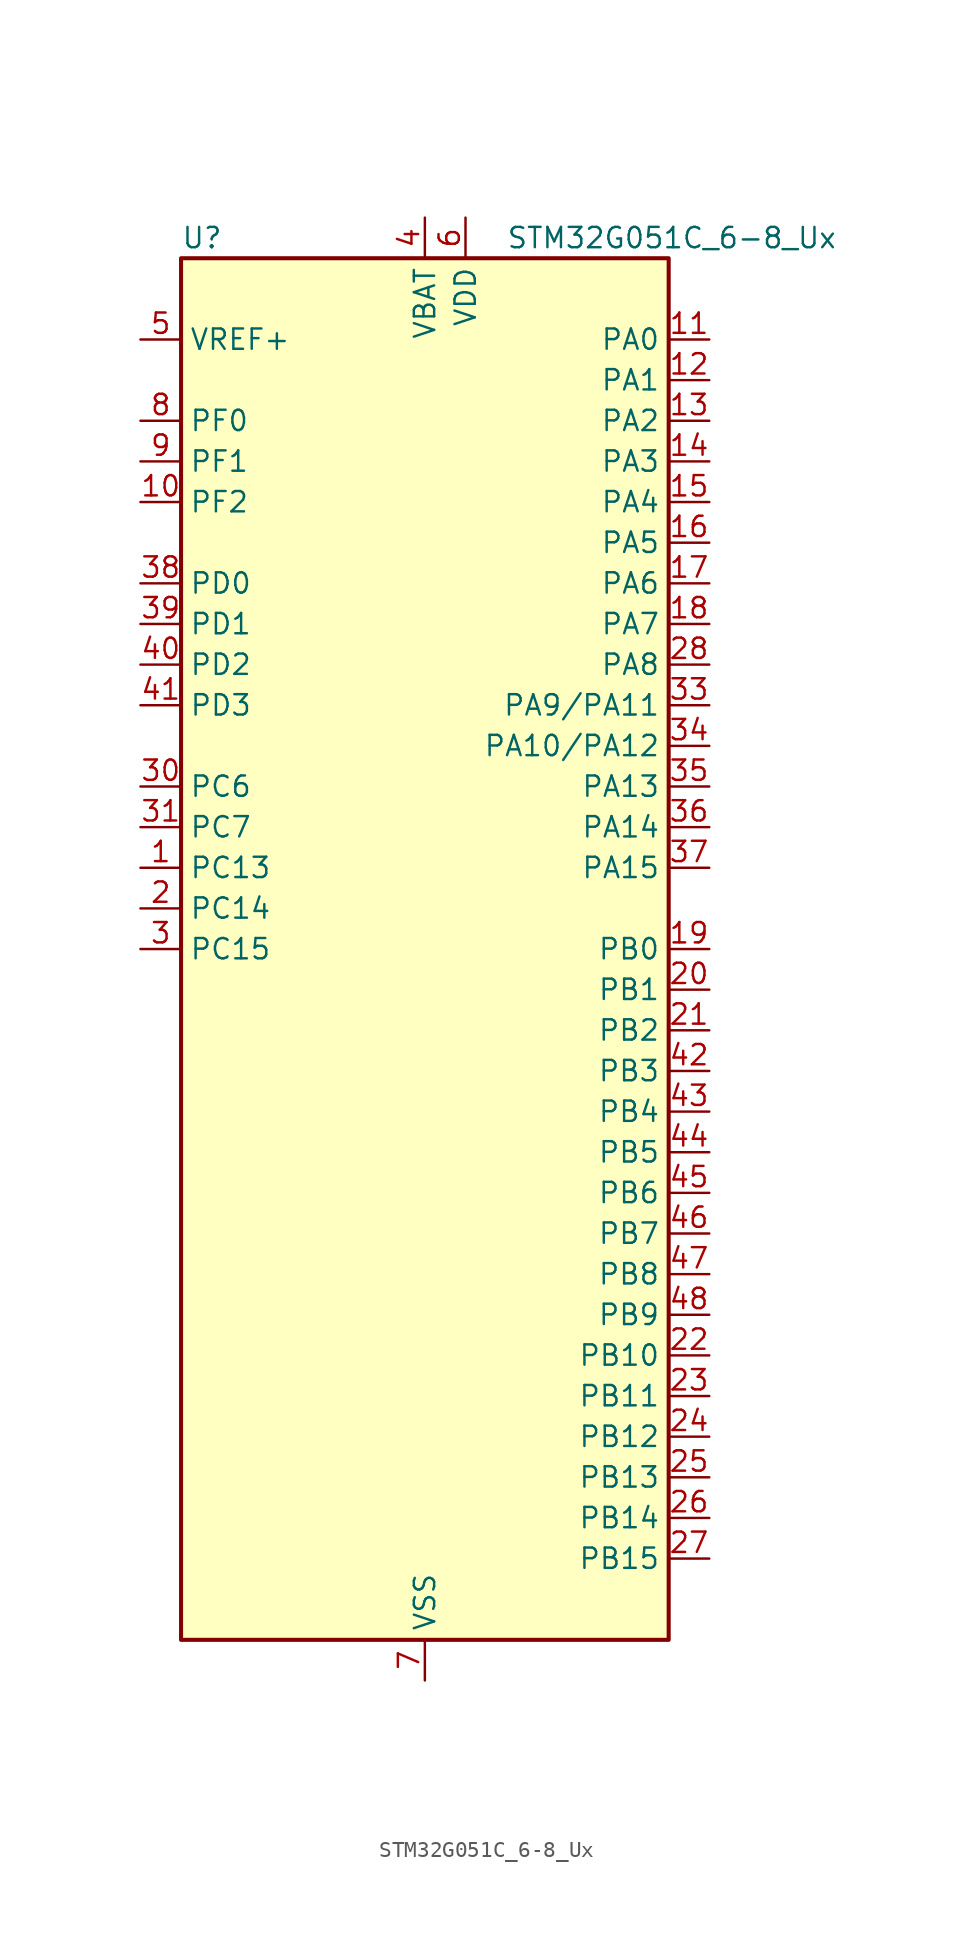
<source format=kicad_sym>
(kicad_symbol_lib
  (version 20241209)
  (generator "kicad_symbol_editor")
  (generator_version "9.0")
  (symbol "STM32G051C_6-8_Ux"
    (property "Reference" "U"
      (at -15.24 44.45 0)
      (effects (font (size 1.27 1.27)) (justify left)))
    (property "Value" "STM32G051C_6-8_Ux"
      (at 5.08 44.45 0)
      (effects (font (size 1.27 1.27)) (justify left)))
    (symbol "STM32G051C_6-8_Ux_0_1"
      (rectangle (start -15.24 -43.18) (end 15.24 43.18) (stroke (width 0.254) (type default)) (fill (type background))))
    (symbol "STM32G051C_6-8_Ux_1_1"
      (pin input line (at -17.78 38.1 0) (length 2.54) (name "VREF+" (effects (font (size 1.27 1.27)))) (number "5" (effects (font (size 1.27 1.27)))) (alternate "VREFBUF_OUT" bidirectional line))
      (pin bidirectional line (at -17.78 33.02 0) (length 2.54) (name "PF0" (effects (font (size 1.27 1.27)))) (number "8" (effects (font (size 1.27 1.27)))) (alternate "RCC_OSC_IN" bidirectional line) (alternate "TIM14_CH1" bidirectional line))
      (pin bidirectional line (at -17.78 30.48 0) (length 2.54) (name "PF1" (effects (font (size 1.27 1.27)))) (number "9" (effects (font (size 1.27 1.27)))) (alternate "RCC_OSC_EN" bidirectional line) (alternate "RCC_OSC_OUT" bidirectional line) (alternate "TIM15_CH1N" bidirectional line))
      (pin bidirectional line (at -17.78 27.94 0) (length 2.54) (name "PF2" (effects (font (size 1.27 1.27)))) (number "10" (effects (font (size 1.27 1.27)))) (alternate "RCC_MCO" bidirectional line))
      (pin bidirectional line (at -17.78 22.86 0) (length 2.54) (name "PD0" (effects (font (size 1.27 1.27)))) (number "38" (effects (font (size 1.27 1.27)))) (alternate "SPI2_NSS" bidirectional line) (alternate "TIM16_CH1" bidirectional line))
      (pin bidirectional line (at -17.78 20.32 0) (length 2.54) (name "PD1" (effects (font (size 1.27 1.27)))) (number "39" (effects (font (size 1.27 1.27)))) (alternate "SPI2_SCK" bidirectional line) (alternate "TIM17_CH1" bidirectional line))
      (pin bidirectional line (at -17.78 17.78 0) (length 2.54) (name "PD2" (effects (font (size 1.27 1.27)))) (number "40" (effects (font (size 1.27 1.27)))) (alternate "TIM1_CH1N" bidirectional line) (alternate "TIM3_ETR" bidirectional line))
      (pin bidirectional line (at -17.78 15.24 0) (length 2.54) (name "PD3" (effects (font (size 1.27 1.27)))) (number "41" (effects (font (size 1.27 1.27)))) (alternate "SPI2_MISO" bidirectional line) (alternate "TIM1_CH2N" bidirectional line) (alternate "USART2_CTS" bidirectional line) (alternate "USART2_NSS" bidirectional line))
      (pin bidirectional line (at -17.78 10.16 0) (length 2.54) (name "PC6" (effects (font (size 1.27 1.27)))) (number "30" (effects (font (size 1.27 1.27)))) (alternate "TIM2_CH3" bidirectional line) (alternate "TIM3_CH1" bidirectional line))
      (pin bidirectional line (at -17.78 7.62 0) (length 2.54) (name "PC7" (effects (font (size 1.27 1.27)))) (number "31" (effects (font (size 1.27 1.27)))) (alternate "TIM2_CH4" bidirectional line) (alternate "TIM3_CH2" bidirectional line))
      (pin bidirectional line (at -17.78 5.08 0) (length 2.54) (name "PC13" (effects (font (size 1.27 1.27)))) (number "1" (effects (font (size 1.27 1.27)))) (alternate "RTC_OUT1" bidirectional line) (alternate "RTC_TAMP_IN1" bidirectional line) (alternate "RTC_TS" bidirectional line) (alternate "SYS_WKUP2" bidirectional line) (alternate "TIM1_BK" bidirectional line))
      (pin bidirectional line (at -17.78 2.54 0) (length 2.54) (name "PC14" (effects (font (size 1.27 1.27)))) (number "2" (effects (font (size 1.27 1.27)))) (alternate "RCC_OSC32_IN" bidirectional line) (alternate "TIM1_BK2" bidirectional line))
      (pin bidirectional line (at -17.78 0 0) (length 2.54) (name "PC15" (effects (font (size 1.27 1.27)))) (number "3" (effects (font (size 1.27 1.27)))) (alternate "RCC_OSC32_EN" bidirectional line) (alternate "RCC_OSC32_OUT" bidirectional line) (alternate "RCC_OSC_EN" bidirectional line) (alternate "TIM15_BK" bidirectional line))
      (pin no_connect line (at -15.24 -40.64 0) (length 2.54) (hide yes) (name "NC/PA10" (effects (font (size 1.27 1.27)))) (number "32" (effects (font (size 1.27 1.27)))) (alternate "I2C1_SDA (PA10)" bidirectional line) (alternate "NC" bidirectional line) (alternate "PA10" bidirectional line) (alternate "SPI2_MOSI (PA10)" bidirectional line) (alternate "TIM17_BK (PA10)" bidirectional line) (alternate "TIM1_CH3 (PA10)" bidirectional line) (alternate "USART1_RX (PA10)" bidirectional line))
      (pin no_connect line (at -15.24 -43.18 0) (length 2.54) (hide yes) (name "NC/PA9" (effects (font (size 1.27 1.27)))) (number "29" (effects (font (size 1.27 1.27)))) (alternate "DAC1_EXTI9 (PA9)" bidirectional line) (alternate "I2C1_SCL (PA9)" bidirectional line) (alternate "NC" bidirectional line) (alternate "PA9" bidirectional line) (alternate "RCC_MCO (PA9)" bidirectional line) (alternate "SPI2_MISO (PA9)" bidirectional line) (alternate "TIM15_BK (PA9)" bidirectional line) (alternate "TIM1_CH2 (PA9)" bidirectional line) (alternate "USART1_TX (PA9)" bidirectional line))
      (pin power_in line (at 0 45.72 270) (length 2.54) (name "VBAT" (effects (font (size 1.27 1.27)))) (number "4" (effects (font (size 1.27 1.27)))))
      (pin passive line (at 0 -45.72 90) (length 2.54) (hide yes) (name "VSS" (effects (font (size 1.27 1.27)))) (number "49" (effects (font (size 1.27 1.27)))))
      (pin power_in line (at 0 -45.72 90) (length 2.54) (name "VSS" (effects (font (size 1.27 1.27)))) (number "7" (effects (font (size 1.27 1.27)))))
      (pin power_in line (at 2.54 45.72 270) (length 2.54) (name "VDD" (effects (font (size 1.27 1.27)))) (number "6" (effects (font (size 1.27 1.27)))))
      (pin bidirectional line (at 17.78 38.1 180) (length 2.54) (name "PA0" (effects (font (size 1.27 1.27)))) (number "11" (effects (font (size 1.27 1.27)))) (alternate "ADC1_IN0" bidirectional line) (alternate "COMP1_INM" bidirectional line) (alternate "COMP1_OUT" bidirectional line) (alternate "LPTIM1_OUT" bidirectional line) (alternate "RTC_TAMP_IN2" bidirectional line) (alternate "SPI2_SCK" bidirectional line) (alternate "SYS_WKUP1" bidirectional line) (alternate "TIM2_CH1" bidirectional line) (alternate "TIM2_ETR" bidirectional line) (alternate "USART2_CTS" bidirectional line) (alternate "USART2_NSS" bidirectional line))
      (pin bidirectional line (at 17.78 35.56 180) (length 2.54) (name "PA1" (effects (font (size 1.27 1.27)))) (number "12" (effects (font (size 1.27 1.27)))) (alternate "ADC1_IN1" bidirectional line) (alternate "COMP1_INP" bidirectional line) (alternate "I2C1_SMBA" bidirectional line) (alternate "I2S1_CK" bidirectional line) (alternate "SPI1_SCK" bidirectional line) (alternate "TIM15_CH1N" bidirectional line) (alternate "TIM2_CH2" bidirectional line) (alternate "USART2_CK" bidirectional line) (alternate "USART2_DE" bidirectional line) (alternate "USART2_RTS" bidirectional line))
      (pin bidirectional line (at 17.78 33.02 180) (length 2.54) (name "PA2" (effects (font (size 1.27 1.27)))) (number "13" (effects (font (size 1.27 1.27)))) (alternate "ADC1_IN2" bidirectional line) (alternate "COMP2_INM" bidirectional line) (alternate "COMP2_OUT" bidirectional line) (alternate "I2S1_SD" bidirectional line) (alternate "LPUART1_TX" bidirectional line) (alternate "RCC_LSCO" bidirectional line) (alternate "SPI1_MOSI" bidirectional line) (alternate "SYS_WKUP4" bidirectional line) (alternate "TIM15_CH1" bidirectional line) (alternate "TIM2_CH3" bidirectional line) (alternate "USART2_TX" bidirectional line))
      (pin bidirectional line (at 17.78 30.48 180) (length 2.54) (name "PA3" (effects (font (size 1.27 1.27)))) (number "14" (effects (font (size 1.27 1.27)))) (alternate "ADC1_IN3" bidirectional line) (alternate "COMP2_INP" bidirectional line) (alternate "LPUART1_RX" bidirectional line) (alternate "SPI2_MISO" bidirectional line) (alternate "TIM15_CH2" bidirectional line) (alternate "TIM2_CH4" bidirectional line) (alternate "USART2_RX" bidirectional line))
      (pin bidirectional line (at 17.78 27.94 180) (length 2.54) (name "PA4" (effects (font (size 1.27 1.27)))) (number "15" (effects (font (size 1.27 1.27)))) (alternate "ADC1_IN4" bidirectional line) (alternate "DAC1_OUT1" bidirectional line) (alternate "I2S1_WS" bidirectional line) (alternate "LPTIM2_OUT" bidirectional line) (alternate "RTC_OUT2" bidirectional line) (alternate "SPI1_NSS" bidirectional line) (alternate "SPI2_MOSI" bidirectional line) (alternate "TIM14_CH1" bidirectional line))
      (pin bidirectional line (at 17.78 25.4 180) (length 2.54) (name "PA5" (effects (font (size 1.27 1.27)))) (number "16" (effects (font (size 1.27 1.27)))) (alternate "ADC1_IN5" bidirectional line) (alternate "DAC1_OUT2" bidirectional line) (alternate "I2S1_CK" bidirectional line) (alternate "LPTIM2_ETR" bidirectional line) (alternate "SPI1_SCK" bidirectional line) (alternate "TIM2_CH1" bidirectional line) (alternate "TIM2_ETR" bidirectional line))
      (pin bidirectional line (at 17.78 22.86 180) (length 2.54) (name "PA6" (effects (font (size 1.27 1.27)))) (number "17" (effects (font (size 1.27 1.27)))) (alternate "ADC1_IN6" bidirectional line) (alternate "COMP1_OUT" bidirectional line) (alternate "I2S1_MCK" bidirectional line) (alternate "LPUART1_CTS" bidirectional line) (alternate "SPI1_MISO" bidirectional line) (alternate "TIM16_CH1" bidirectional line) (alternate "TIM1_BK" bidirectional line) (alternate "TIM3_CH1" bidirectional line))
      (pin bidirectional line (at 17.78 20.32 180) (length 2.54) (name "PA7" (effects (font (size 1.27 1.27)))) (number "18" (effects (font (size 1.27 1.27)))) (alternate "ADC1_IN7" bidirectional line) (alternate "COMP2_OUT" bidirectional line) (alternate "I2S1_SD" bidirectional line) (alternate "SPI1_MOSI" bidirectional line) (alternate "TIM14_CH1" bidirectional line) (alternate "TIM17_CH1" bidirectional line) (alternate "TIM1_CH1N" bidirectional line) (alternate "TIM3_CH2" bidirectional line))
      (pin bidirectional line (at 17.78 17.78 180) (length 2.54) (name "PA8" (effects (font (size 1.27 1.27)))) (number "28" (effects (font (size 1.27 1.27)))) (alternate "LPTIM2_OUT" bidirectional line) (alternate "RCC_MCO" bidirectional line) (alternate "SPI2_NSS" bidirectional line) (alternate "TIM1_CH1" bidirectional line))
      (pin bidirectional line (at 17.78 15.24 180) (length 2.54) (name "PA9/PA11" (effects (font (size 1.27 1.27)))) (number "33" (effects (font (size 1.27 1.27)))) (alternate "ADC1_EXTI11 (PA11)" bidirectional line) (alternate "COMP1_OUT (PA11)" bidirectional line) (alternate "DAC1_EXTI9 (PA9)" bidirectional line) (alternate "I2C1_SCL (PA9)" bidirectional line) (alternate "I2C2_SCL (PA11)" bidirectional line) (alternate "I2S1_MCK (PA11)" bidirectional line) (alternate "PA11" bidirectional line) (alternate "PA9" bidirectional line) (alternate "RCC_MCO (PA9)" bidirectional line) (alternate "SPI1_MISO (PA11)" bidirectional line) (alternate "SPI2_MISO (PA9)" bidirectional line) (alternate "TIM15_BK (PA9)" bidirectional line) (alternate "TIM1_BK2 (PA11)" bidirectional line) (alternate "TIM1_CH2 (PA9)" bidirectional line) (alternate "TIM1_CH4 (PA11)" bidirectional line) (alternate "USART1_CTS (PA11)" bidirectional line) (alternate "USART1_NSS (PA11)" bidirectional line) (alternate "USART1_TX (PA9)" bidirectional line))
      (pin bidirectional line (at 17.78 12.7 180) (length 2.54) (name "PA10/PA12" (effects (font (size 1.27 1.27)))) (number "34" (effects (font (size 1.27 1.27)))) (alternate "COMP2_OUT (PA12)" bidirectional line) (alternate "I2C1_SDA (PA10)" bidirectional line) (alternate "I2C2_SDA (PA12)" bidirectional line) (alternate "I2S1_SD (PA12)" bidirectional line) (alternate "I2S_CKIN (PA12)" bidirectional line) (alternate "PA10" bidirectional line) (alternate "PA12" bidirectional line) (alternate "SPI1_MOSI (PA12)" bidirectional line) (alternate "SPI2_MOSI (PA10)" bidirectional line) (alternate "TIM17_BK (PA10)" bidirectional line) (alternate "TIM1_CH3 (PA10)" bidirectional line) (alternate "TIM1_ETR (PA12)" bidirectional line) (alternate "USART1_CK (PA12)" bidirectional line) (alternate "USART1_DE (PA12)" bidirectional line) (alternate "USART1_RTS (PA12)" bidirectional line) (alternate "USART1_RX (PA10)" bidirectional line))
      (pin bidirectional line (at 17.78 10.16 180) (length 2.54) (name "PA13" (effects (font (size 1.27 1.27)))) (number "35" (effects (font (size 1.27 1.27)))) (alternate "ADC1_IN17" bidirectional line) (alternate "IR_OUT" bidirectional line) (alternate "SYS_SWDIO" bidirectional line))
      (pin bidirectional line (at 17.78 7.62 180) (length 2.54) (name "PA14" (effects (font (size 1.27 1.27)))) (number "36" (effects (font (size 1.27 1.27)))) (alternate "ADC1_IN18" bidirectional line) (alternate "SYS_SWCLK" bidirectional line) (alternate "USART2_TX" bidirectional line))
      (pin bidirectional line (at 17.78 5.08 180) (length 2.54) (name "PA15" (effects (font (size 1.27 1.27)))) (number "37" (effects (font (size 1.27 1.27)))) (alternate "I2S1_WS" bidirectional line) (alternate "SPI1_NSS" bidirectional line) (alternate "TIM2_CH1" bidirectional line) (alternate "TIM2_ETR" bidirectional line) (alternate "USART2_RX" bidirectional line))
      (pin bidirectional line (at 17.78 0 180) (length 2.54) (name "PB0" (effects (font (size 1.27 1.27)))) (number "19" (effects (font (size 1.27 1.27)))) (alternate "ADC1_IN8" bidirectional line) (alternate "COMP1_OUT" bidirectional line) (alternate "I2S1_WS" bidirectional line) (alternate "LPTIM1_OUT" bidirectional line) (alternate "SPI1_NSS" bidirectional line) (alternate "TIM1_CH2N" bidirectional line) (alternate "TIM3_CH3" bidirectional line))
      (pin bidirectional line (at 17.78 -2.54 180) (length 2.54) (name "PB1" (effects (font (size 1.27 1.27)))) (number "20" (effects (font (size 1.27 1.27)))) (alternate "ADC1_IN9" bidirectional line) (alternate "COMP1_INM" bidirectional line) (alternate "LPTIM2_IN1" bidirectional line) (alternate "LPUART1_DE" bidirectional line) (alternate "LPUART1_RTS" bidirectional line) (alternate "TIM14_CH1" bidirectional line) (alternate "TIM1_CH3N" bidirectional line) (alternate "TIM3_CH4" bidirectional line))
      (pin bidirectional line (at 17.78 -5.08 180) (length 2.54) (name "PB2" (effects (font (size 1.27 1.27)))) (number "21" (effects (font (size 1.27 1.27)))) (alternate "ADC1_IN10" bidirectional line) (alternate "COMP1_INP" bidirectional line) (alternate "LPTIM1_OUT" bidirectional line) (alternate "SPI2_MISO" bidirectional line))
      (pin bidirectional line (at 17.78 -7.62 180) (length 2.54) (name "PB3" (effects (font (size 1.27 1.27)))) (number "42" (effects (font (size 1.27 1.27)))) (alternate "COMP2_INM" bidirectional line) (alternate "I2S1_CK" bidirectional line) (alternate "SPI1_SCK" bidirectional line) (alternate "TIM1_CH2" bidirectional line) (alternate "TIM2_CH2" bidirectional line) (alternate "USART1_CK" bidirectional line) (alternate "USART1_DE" bidirectional line) (alternate "USART1_RTS" bidirectional line))
      (pin bidirectional line (at 17.78 -10.16 180) (length 2.54) (name "PB4" (effects (font (size 1.27 1.27)))) (number "43" (effects (font (size 1.27 1.27)))) (alternate "COMP2_INP" bidirectional line) (alternate "I2S1_MCK" bidirectional line) (alternate "SPI1_MISO" bidirectional line) (alternate "TIM17_BK" bidirectional line) (alternate "TIM3_CH1" bidirectional line) (alternate "USART1_CTS" bidirectional line) (alternate "USART1_NSS" bidirectional line))
      (pin bidirectional line (at 17.78 -12.7 180) (length 2.54) (name "PB5" (effects (font (size 1.27 1.27)))) (number "44" (effects (font (size 1.27 1.27)))) (alternate "COMP2_OUT" bidirectional line) (alternate "I2C1_SMBA" bidirectional line) (alternate "I2S1_SD" bidirectional line) (alternate "LPTIM1_IN1" bidirectional line) (alternate "SPI1_MOSI" bidirectional line) (alternate "SYS_WKUP6" bidirectional line) (alternate "TIM16_BK" bidirectional line) (alternate "TIM3_CH2" bidirectional line))
      (pin bidirectional line (at 17.78 -15.24 180) (length 2.54) (name "PB6" (effects (font (size 1.27 1.27)))) (number "45" (effects (font (size 1.27 1.27)))) (alternate "COMP2_INP" bidirectional line) (alternate "I2C1_SCL" bidirectional line) (alternate "LPTIM1_ETR" bidirectional line) (alternate "SPI2_MISO" bidirectional line) (alternate "TIM16_CH1N" bidirectional line) (alternate "TIM1_CH3" bidirectional line) (alternate "USART1_TX" bidirectional line))
      (pin bidirectional line (at 17.78 -17.78 180) (length 2.54) (name "PB7" (effects (font (size 1.27 1.27)))) (number "46" (effects (font (size 1.27 1.27)))) (alternate "COMP2_INM" bidirectional line) (alternate "I2C1_SDA" bidirectional line) (alternate "LPTIM1_IN2" bidirectional line) (alternate "SPI2_MOSI" bidirectional line) (alternate "SYS_PVD_IN" bidirectional line) (alternate "TIM17_CH1N" bidirectional line) (alternate "USART1_RX" bidirectional line))
      (pin bidirectional line (at 17.78 -20.32 180) (length 2.54) (name "PB8" (effects (font (size 1.27 1.27)))) (number "47" (effects (font (size 1.27 1.27)))) (alternate "I2C1_SCL" bidirectional line) (alternate "SPI2_SCK" bidirectional line) (alternate "TIM15_BK" bidirectional line) (alternate "TIM16_CH1" bidirectional line))
      (pin bidirectional line (at 17.78 -22.86 180) (length 2.54) (name "PB9" (effects (font (size 1.27 1.27)))) (number "48" (effects (font (size 1.27 1.27)))) (alternate "DAC1_EXTI9" bidirectional line) (alternate "I2C1_SDA" bidirectional line) (alternate "IR_OUT" bidirectional line) (alternate "SPI2_NSS" bidirectional line) (alternate "TIM17_CH1" bidirectional line))
      (pin bidirectional line (at 17.78 -25.4 180) (length 2.54) (name "PB10" (effects (font (size 1.27 1.27)))) (number "22" (effects (font (size 1.27 1.27)))) (alternate "ADC1_IN11" bidirectional line) (alternate "COMP1_OUT" bidirectional line) (alternate "I2C2_SCL" bidirectional line) (alternate "LPUART1_RX" bidirectional line) (alternate "SPI2_SCK" bidirectional line) (alternate "TIM2_CH3" bidirectional line))
      (pin bidirectional line (at 17.78 -27.94 180) (length 2.54) (name "PB11" (effects (font (size 1.27 1.27)))) (number "23" (effects (font (size 1.27 1.27)))) (alternate "ADC1_EXTI11" bidirectional line) (alternate "ADC1_IN15" bidirectional line) (alternate "COMP2_OUT" bidirectional line) (alternate "I2C2_SDA" bidirectional line) (alternate "LPUART1_TX" bidirectional line) (alternate "SPI2_MOSI" bidirectional line) (alternate "TIM2_CH4" bidirectional line))
      (pin bidirectional line (at 17.78 -30.48 180) (length 2.54) (name "PB12" (effects (font (size 1.27 1.27)))) (number "24" (effects (font (size 1.27 1.27)))) (alternate "ADC1_IN16" bidirectional line) (alternate "LPUART1_DE" bidirectional line) (alternate "LPUART1_RTS" bidirectional line) (alternate "SPI2_NSS" bidirectional line) (alternate "TIM15_BK" bidirectional line) (alternate "TIM1_BK" bidirectional line))
      (pin bidirectional line (at 17.78 -33.02 180) (length 2.54) (name "PB13" (effects (font (size 1.27 1.27)))) (number "25" (effects (font (size 1.27 1.27)))) (alternate "I2C2_SCL" bidirectional line) (alternate "LPUART1_CTS" bidirectional line) (alternate "SPI2_SCK" bidirectional line) (alternate "TIM15_CH1N" bidirectional line) (alternate "TIM1_CH1N" bidirectional line))
      (pin bidirectional line (at 17.78 -35.56 180) (length 2.54) (name "PB14" (effects (font (size 1.27 1.27)))) (number "26" (effects (font (size 1.27 1.27)))) (alternate "I2C2_SDA" bidirectional line) (alternate "SPI2_MISO" bidirectional line) (alternate "TIM15_CH1" bidirectional line) (alternate "TIM1_CH2N" bidirectional line))
      (pin bidirectional line (at 17.78 -38.1 180) (length 2.54) (name "PB15" (effects (font (size 1.27 1.27)))) (number "27" (effects (font (size 1.27 1.27)))) (alternate "RTC_REFIN" bidirectional line) (alternate "SPI2_MOSI" bidirectional line) (alternate "TIM15_CH1N" bidirectional line) (alternate "TIM15_CH2" bidirectional line) (alternate "TIM1_CH3N" bidirectional line)))))
</source>
